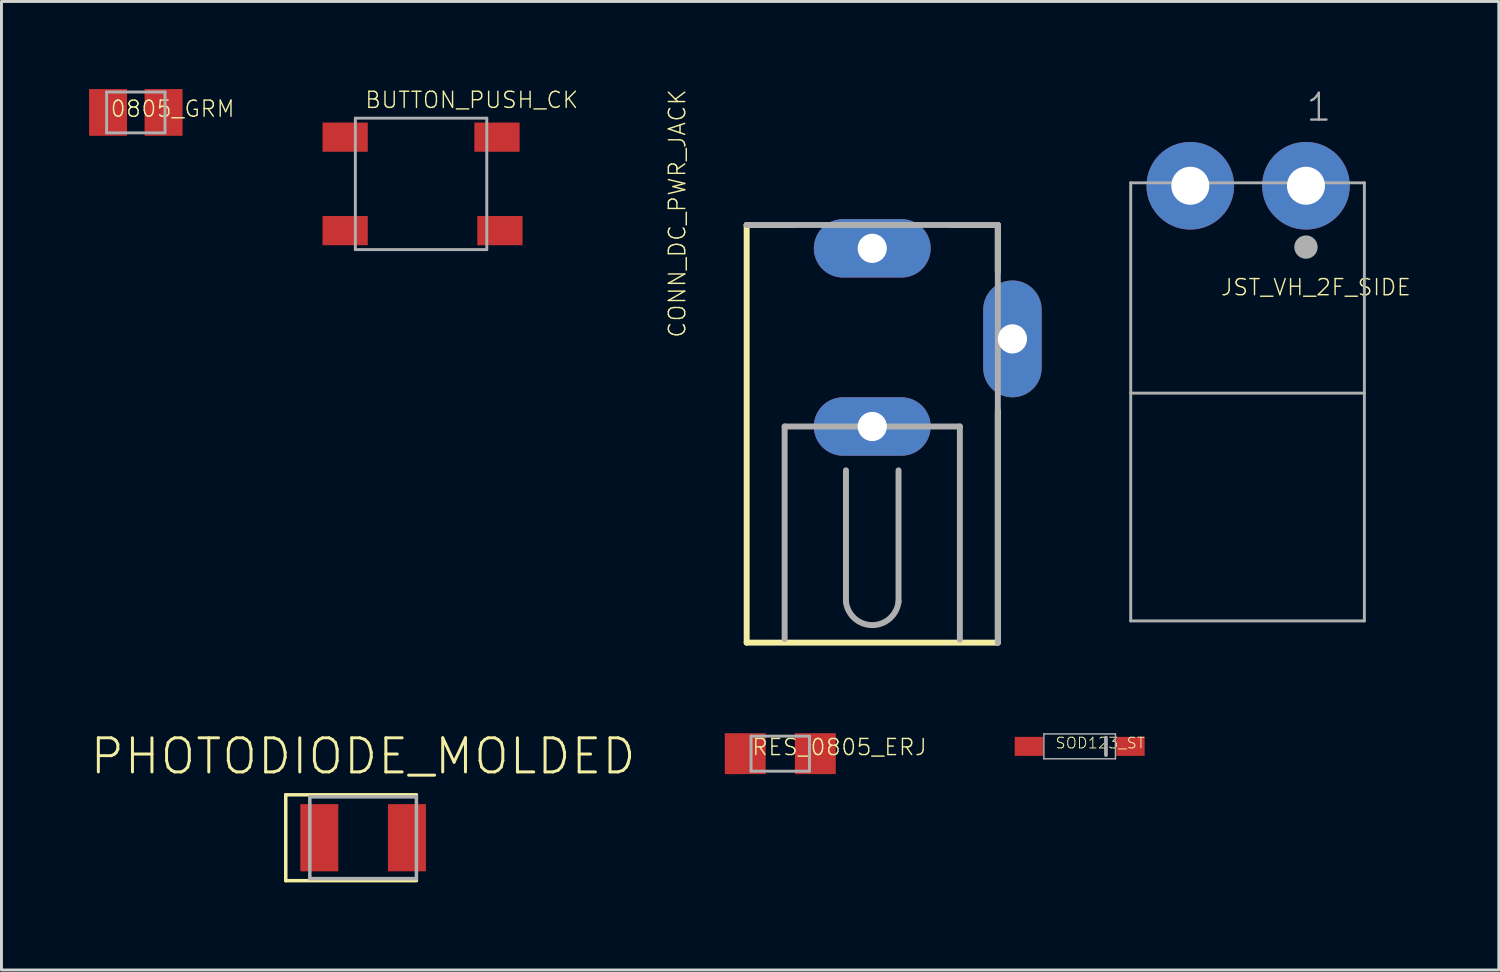
<source format=kicad_pcb>
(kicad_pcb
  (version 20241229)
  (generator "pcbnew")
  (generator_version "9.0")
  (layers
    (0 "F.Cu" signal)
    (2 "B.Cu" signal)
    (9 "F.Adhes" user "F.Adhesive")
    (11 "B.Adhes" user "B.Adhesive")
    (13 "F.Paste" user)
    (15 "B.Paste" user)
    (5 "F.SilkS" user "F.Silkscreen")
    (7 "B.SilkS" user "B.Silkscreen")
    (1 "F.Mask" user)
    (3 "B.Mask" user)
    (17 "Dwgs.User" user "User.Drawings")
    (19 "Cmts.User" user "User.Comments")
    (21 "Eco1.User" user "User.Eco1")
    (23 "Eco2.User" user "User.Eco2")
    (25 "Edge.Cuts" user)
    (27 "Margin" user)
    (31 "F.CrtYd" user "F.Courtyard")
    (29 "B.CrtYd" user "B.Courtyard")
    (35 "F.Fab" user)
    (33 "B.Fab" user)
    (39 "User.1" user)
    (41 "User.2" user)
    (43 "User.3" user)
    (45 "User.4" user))
  (footprint "0805_GRM"
    (layer "F.Cu")
    (at 1.6 0.8)
    (property "Reference" "0805_GRM" (at -0.9 0.2 0) (unlocked yes) (layer "F.SilkS") (effects (font (size 0.552 0.552) (thickness 0.048)) (justify left bottom)))
    (fp_line (start -1 -0.7) (end -1 0.7) (stroke (width 0.1) (type solid)) (layer "F.Fab"))
    (fp_line (start -1 -0.7) (end 1 -0.7) (stroke (width 0.1) (type solid)) (layer "F.Fab"))
    (fp_line (start -1 0.7) (end 1 0.7) (stroke (width 0.1) (type solid)) (layer "F.Fab"))
    (fp_line (start 1 0.7) (end 1 -0.7) (stroke (width 0.1) (type solid)) (layer "F.Fab"))
    (pad "1" smd rect (at -0.95 0) (size 1.3 1.6) (layers "F.Cu" "F.Mask" "F.Paste"))
    (pad "2" smd rect (at 0.95 0) (size 1.3 1.6) (layers "F.Cu" "F.Mask" "F.Paste")))
  (footprint "SOD123_ST"
    (layer "F.Cu")
    (at 33.917 22.505)
    (property "Reference" "SOD123_ST" (at -0.85 0.1 0) (unlocked yes) (layer "F.SilkS") (effects (font (size 0.368 0.368) (thickness 0.032)) (justify left bottom)))
    (fp_line (start -1.225 -0.425) (end 1.225 -0.425) (stroke (width 0.05) (type solid)) (layer "F.Fab"))
    (fp_line (start -1.225 0.425) (end -1.225 -0.425) (stroke (width 0.05) (type solid)) (layer "F.Fab"))
    (fp_line (start 0.9 -0.3) (end 0.9 0.3) (stroke (width 0.127) (type solid)) (layer "F.Fab"))
    (fp_line (start 1.225 -0.425) (end 1.225 0.425) (stroke (width 0.05) (type solid)) (layer "F.Fab"))
    (fp_line (start 1.225 0.425) (end -1.225 0.425) (stroke (width 0.05) (type solid)) (layer "F.Fab"))
    (pad "A" smd rect (at -1.74 0) (size 0.97 0.65) (layers "F.Cu" "F.Mask" "F.Paste"))
    (pad "K" smd rect (at 1.74 0) (size 0.97 0.65) (layers "F.Cu" "F.Mask" "F.Paste")))
  (footprint "RES_0805_ERJ"
    (layer "F.Cu")
    (at 23.666 22.755)
    (property "Reference" "RES_0805_ERJ" (at -1 0.1 0) (unlocked yes) (layer "F.SilkS") (effects (font (size 0.552 0.552) (thickness 0.048)) (justify left bottom)))
    (fp_line (start -1 -0.6) (end 1 -0.6) (stroke (width 0.1) (type solid)) (layer "F.Fab"))
    (fp_line (start -1 0.6) (end -1 -0.6) (stroke (width 0.1) (type solid)) (layer "F.Fab"))
    (fp_line (start 1 -0.6) (end 1 0.6) (stroke (width 0.1) (type solid)) (layer "F.Fab"))
    (fp_line (start 1 0.6) (end -1 0.6) (stroke (width 0.1) (type solid)) (layer "F.Fab"))
    (pad "1" smd rect (at -1.2 0) (size 1.4 1.4) (layers "F.Cu" "F.Mask" "F.Paste"))
    (pad "2" smd rect (at 1.2 0) (size 1.4 1.4) (layers "F.Cu" "F.Mask" "F.Paste")))
  (footprint "BUTTON_PUSH_CK"
    (layer "F.Cu")
    (at 11.367 3.246)
    (property "Reference" "BUTTON_PUSH_CK" (at -1.95 -2.55 0) (unlocked yes) (layer "F.SilkS") (effects (font (size 0.552 0.552) (thickness 0.048)) (justify left bottom)))
    (fp_line (start -2.25 -2.25) (end 2.25 -2.25) (stroke (width 0.1) (type solid)) (layer "F.Fab"))
    (fp_line (start -2.25 2.25) (end -2.25 -2.25) (stroke (width 0.1) (type solid)) (layer "F.Fab"))
    (fp_line (start 2.25 -2.25) (end 2.25 2.25) (stroke (width 0.1) (type solid)) (layer "F.Fab"))
    (fp_line (start 2.25 2.25) (end -2.25 2.25) (stroke (width 0.1) (type solid)) (layer "F.Fab"))
    (pad "1" smd rect (at -2.6 -1.6 90) (size 1 1.55) (layers "F.Cu" "F.Mask" "F.Paste"))
    (pad "2" smd rect (at 2.6 -1.6 90) (size 1 1.55) (layers "F.Cu" "F.Mask" "F.Paste"))
    (pad "3" smd rect (at -2.6 1.6 90) (size 1 1.55) (layers "F.Cu" "F.Mask" "F.Paste"))
    (pad "4" smd rect (at 2.7 1.6 90) (size 1 1.55) (layers "F.Cu" "F.Mask" "F.Paste")))
  (footprint "PHOTODIODE_MOLDED"
    (layer "F.Cu")
    (at 9.383 25.633)
    (property "Reference" "PHOTODIODE_MOLDED" (at 0 -2.105 0) (unlocked yes) (layer "F.SilkS") (effects (font (size 1.168 1.168) (thickness 0.102)) (justify bottom)))
    (fp_line (start -2.649 -1.47) (end -2.649 1.47) (stroke (width 0.12) (type solid)) (layer "F.SilkS"))
    (fp_line (start -2.649 1.47) (end 1.825 1.47) (stroke (width 0.12) (type solid)) (layer "F.SilkS"))
    (fp_line (start 1.825 -1.47) (end -2.649 -1.47) (stroke (width 0.12) (type solid)) (layer "F.SilkS"))
    (fp_line (start -1.825 -1.4) (end 1.825 -1.4) (stroke (width 0.12) (type solid)) (layer "F.Fab"))
    (fp_line (start -1.825 1.4) (end -1.825 -1.4) (stroke (width 0.12) (type solid)) (layer "F.Fab"))
    (fp_line (start 1.825 -1.4) (end 1.825 1.4) (stroke (width 0.12) (type solid)) (layer "F.Fab"))
    (fp_line (start 1.825 1.4) (end -1.825 1.4) (stroke (width 0.12) (type solid)) (layer "F.Fab"))
    (pad "1" smd roundrect (at -1.5 0) (size 1.3 2.3) (layers "F.Cu" "F.Mask" "F.Paste") (roundrect_rratio 0.005))
    (pad "2" smd rect (at 1.5 0) (size 1.3 2.3) (layers "F.Cu" "F.Mask" "F.Paste")))
  (footprint "JST_VH_2F_SIDE"
    (layer "F.Cu")
    (at 39.665 3.21)
    (property "Reference" "JST_VH_2F_SIDE" (at -0.95 3.9 0) (unlocked yes) (layer "F.SilkS") (effects (font (size 0.552 0.552) (thickness 0.048)) (justify left bottom)))
    (fp_line (start -4 0) (end 4 0) (stroke (width 0.1) (type solid)) (layer "F.Fab"))
    (fp_line (start -4 7.2) (end -4 0) (stroke (width 0.1) (type solid)) (layer "F.Fab"))
    (fp_line (start -4 15) (end -4 7.2) (stroke (width 0.1) (type solid)) (layer "F.Fab"))
    (fp_line (start 4 0) (end 4 7.2) (stroke (width 0.1) (type solid)) (layer "F.Fab"))
    (fp_line (start 4 7.2) (end -4 7.2) (stroke (width 0.1) (type solid)) (layer "F.Fab"))
    (fp_line (start 4 7.2) (end 4 15) (stroke (width 0.1) (type solid)) (layer "F.Fab"))
    (fp_line (start 4 15) (end -4 15) (stroke (width 0.1) (type solid)) (layer "F.Fab"))
    (fp_circle (center 2 2.2) (end 2.2 2.2) (stroke (width 0.4) (type solid)) (fill no) (layer "F.Fab"))
    (fp_text user "1" (at 1.95 -2.05 0) (unlocked yes) (layer "F.Fab") (effects (font (size 0.92 0.92) (thickness 0.08)) (justify left bottom)))
    (pad "1" thru_hole circle (at -1.96 0.1) (size 3 3) (drill 1.3) (layers "*.Cu" "*.Mask"))
    (pad "2" thru_hole circle (at 2 0.1) (size 3 3) (drill 1.3) (layers "*.Cu" "*.Mask")))
  (footprint "CONN_DC_PWR_JACK"
    (layer "F.Cu")
    (at 26.815 9.823)
    (property "Reference" "CONN_DC_PWR_JACK" (at -6.35 -1.27 90) (unlocked yes) (layer "F.SilkS") (effects (font (size 0.561 0.561) (thickness 0.049)) (justify left bottom)))
    (fp_line (start -4.3 -5.17) (end -4.3 9.13) (stroke (width 0.203) (type solid)) (layer "F.SilkS"))
    (fp_line (start -4.3 9.13) (end 4.3 9.13) (stroke (width 0.203) (type solid)) (layer "F.SilkS"))
    (fp_line (start -2.7 -5.17) (end -4.3 -5.17) (stroke (width 0.203) (type solid)) (layer "F.SilkS"))
    (fp_line (start 4.3 -5.17) (end 2.7 -5.17) (stroke (width 0.203) (type solid)) (layer "F.SilkS"))
    (fp_line (start 4.3 -3.57) (end 4.3 -5.17) (stroke (width 0.203) (type solid)) (layer "F.SilkS"))
    (fp_line (start 4.3 9.13) (end 4.3 1.18) (stroke (width 0.203) (type solid)) (layer "F.SilkS"))
    (fp_line (start -3 9.005) (end -3 1.73) (stroke (width 0.203) (type solid)) (layer "F.Fab"))
    (fp_line (start -0.9 7.73) (end -0.9 3.23) (stroke (width 0.203) (type solid)) (layer "F.Fab"))
    (fp_line (start 0.9 7.73) (end 0.9 3.23) (stroke (width 0.203) (type solid)) (layer "F.Fab"))
    (fp_line (start 3 1.73) (end -3 1.73) (stroke (width 0.203) (type solid)) (layer "F.Fab"))
    (fp_line (start 3 9.03) (end 3 1.73) (stroke (width 0.203) (type solid)) (layer "F.Fab"))
    (fp_line (start 4.3 -5.17) (end -4.3 -5.17) (stroke (width 0.203) (type solid)) (layer "F.Fab"))
    (fp_line (start 4.3 9.13) (end 4.3 -5.17) (stroke (width 0.203) (type solid)) (layer "F.Fab"))
    (fp_arc (start 0.9 7.729998) (mid 0.000001 8.530308) (end -0.9 7.73) (stroke (width 0.2032) (type solid)) (layer "F.Fab"))
    (pad "1" thru_hole oval (at 0 -4.37 180) (size 4 2) (drill 1) (layers "*.Cu" "*.Mask"))
    (pad "2" thru_hole oval (at 0 1.73 180) (size 4 2) (drill 1) (layers "*.Cu" "*.Mask"))
    (pad "3" thru_hole oval (at 4.8 -1.27 90) (size 4 2) (drill 1) (layers "*.Cu" "*.Mask")))
  (gr_rect
    (start -3 -3)
    (end 48.268 30.163)
    (stroke (width 0.1) (type default))
    (fill no)
    (layer "Edge.Cuts")))
</source>
